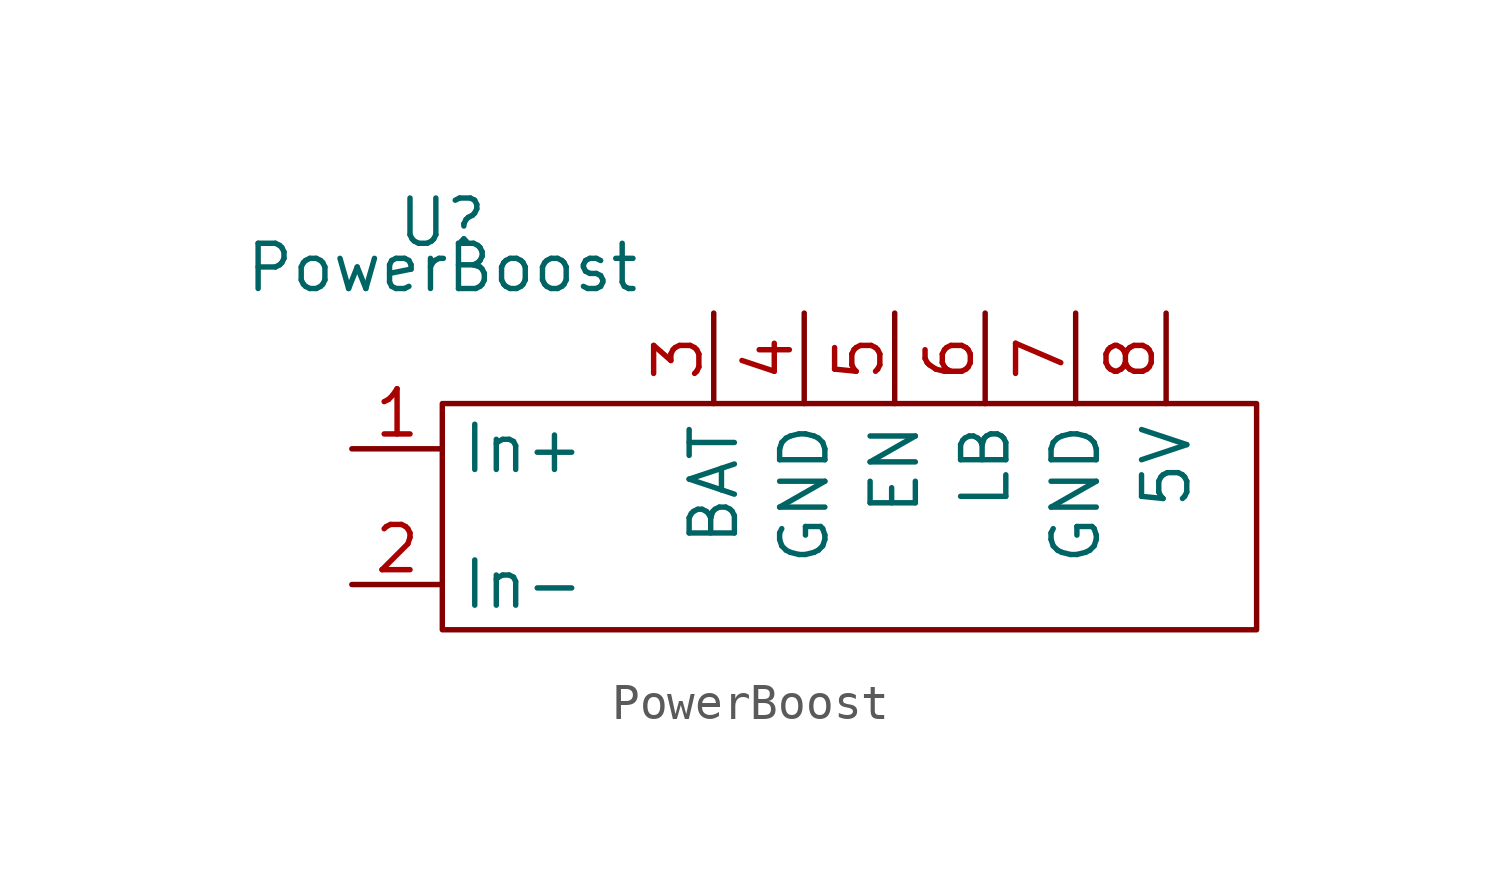
<source format=kicad_sym>
(kicad_symbol_lib
  (version 20211014)
  (generator kicad_symbol_editor)
  (symbol "PowerBoost"
    (property "Reference" "U"
      (at -5.08 1.27 0)
      (effects (font (size 1.27 1.27))))
    (property "Value" "PowerBoost"
      (at -5.08 0 0)
      (effects (font (size 1.27 1.27))))
    (symbol "PowerBoost_0_1"
      (rectangle (start -5.08 -3.81) (end 17.78 -10.16) (stroke (width 0) (type default) (color 0 0 0 0)) (fill (type none))))
    (symbol "PowerBoost_1_1"
      (pin input line (at -7.62 -5.08 0) (length 2.54) (name "In+" (effects (font (size 1.27 1.27)))) (number "1" (effects (font (size 1.27 1.27)))))
      (pin input line (at -7.62 -8.89 0) (length 2.54) (name "In-" (effects (font (size 1.27 1.27)))) (number "2" (effects (font (size 1.27 1.27)))))
      (pin input line (at 2.54 -1.27 270) (length 2.54) (name "BAT" (effects (font (size 1.27 1.27)))) (number "3" (effects (font (size 1.27 1.27)))))
      (pin input line (at 5.08 -1.27 270) (length 2.54) (name "GND" (effects (font (size 1.27 1.27)))) (number "4" (effects (font (size 1.27 1.27)))))
      (pin input line (at 7.62 -1.27 270) (length 2.54) (name "EN" (effects (font (size 1.27 1.27)))) (number "5" (effects (font (size 1.27 1.27)))))
      (pin input line (at 10.16 -1.27 270) (length 2.54) (name "LB" (effects (font (size 1.27 1.27)))) (number "6" (effects (font (size 1.27 1.27)))))
      (pin input line (at 12.7 -1.27 270) (length 2.54) (name "GND" (effects (font (size 1.27 1.27)))) (number "7" (effects (font (size 1.27 1.27)))))
      (pin input line (at 15.24 -1.27 270) (length 2.54) (name "5V" (effects (font (size 1.27 1.27)))) (number "8" (effects (font (size 1.27 1.27))))))))
</source>
